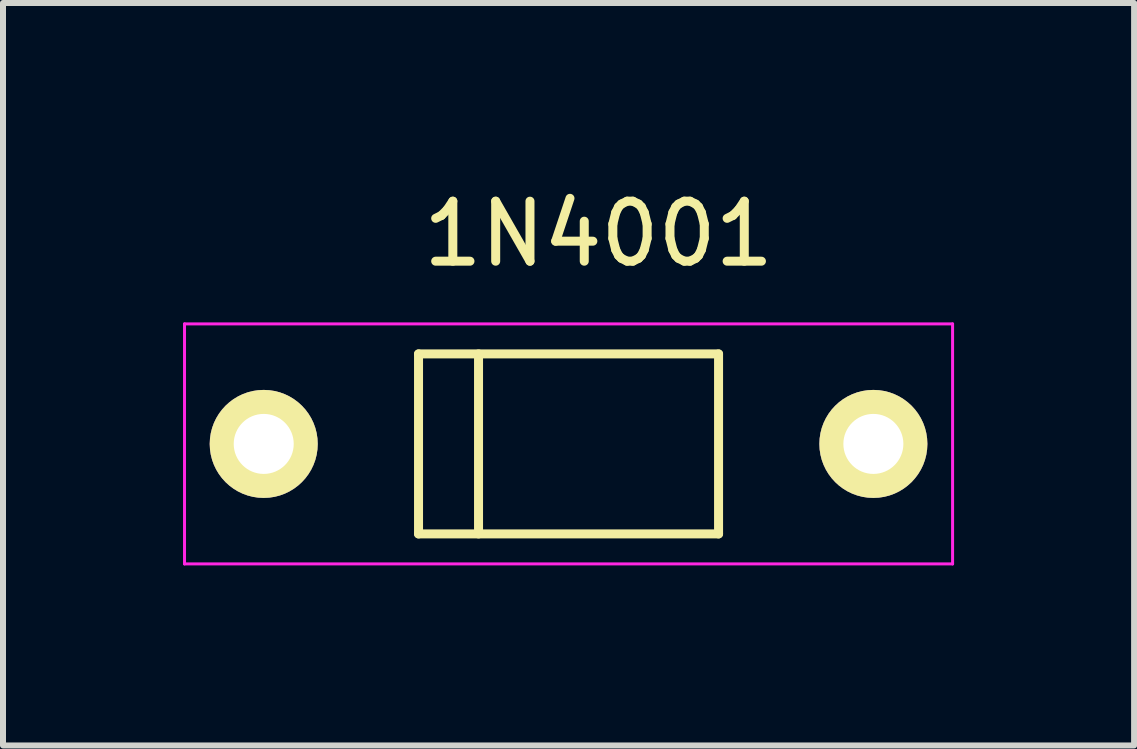
<source format=kicad_pcb>
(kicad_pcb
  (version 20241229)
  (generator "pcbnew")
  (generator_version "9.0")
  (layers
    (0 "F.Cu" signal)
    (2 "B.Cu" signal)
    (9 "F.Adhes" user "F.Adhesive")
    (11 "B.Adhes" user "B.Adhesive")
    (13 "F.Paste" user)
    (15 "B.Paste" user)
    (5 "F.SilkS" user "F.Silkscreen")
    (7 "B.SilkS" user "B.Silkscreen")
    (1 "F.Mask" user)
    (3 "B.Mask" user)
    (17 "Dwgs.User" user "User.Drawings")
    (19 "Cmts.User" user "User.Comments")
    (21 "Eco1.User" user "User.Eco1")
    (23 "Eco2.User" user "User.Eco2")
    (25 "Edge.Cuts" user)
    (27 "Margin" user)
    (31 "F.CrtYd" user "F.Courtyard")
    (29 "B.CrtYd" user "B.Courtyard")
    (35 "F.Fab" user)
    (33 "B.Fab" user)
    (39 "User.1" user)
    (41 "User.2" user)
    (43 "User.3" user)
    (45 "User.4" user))
  (footprint "1N4001"
    (layer "F.Cu")
    (at 6.425 4.348)
    (property "Reference" "1N4001" (at 0.5 -3.5 0) (layer "F.SilkS") (effects (font (size 1 1) (thickness 0.15))))
    (attr through_hole)
    (fp_line (start -2.5 -1.5) (end -2.5 1.5) (stroke (width 0.15) (type solid)) (layer "F.SilkS"))
    (fp_line (start -2.5 1.5) (end 2.5 1.5) (stroke (width 0.15) (type solid)) (layer "F.SilkS"))
    (fp_line (start -1.5 -1.5) (end -1.5 1.5) (stroke (width 0.15) (type solid)) (layer "F.SilkS"))
    (fp_line (start 2.5 -1.5) (end -2.5 -1.5) (stroke (width 0.15) (type solid)) (layer "F.SilkS"))
    (fp_line (start 2.5 1.5) (end 2.5 -1.5) (stroke (width 0.15) (type solid)) (layer "F.SilkS"))
    (fp_line (start -6.4 -2) (end 6.4 -2) (stroke (width 0.05) (type solid)) (layer "F.CrtYd"))
    (fp_line (start -6.4 2) (end -6.4 -2) (stroke (width 0.05) (type solid)) (layer "F.CrtYd"))
    (fp_line (start 6.4 -2) (end 6.4 2) (stroke (width 0.05) (type solid)) (layer "F.CrtYd"))
    (fp_line (start 6.4 2) (end -6.4 2) (stroke (width 0.05) (type solid)) (layer "F.CrtYd"))
    (pad "1" thru_hole circle (at -5.08 0) (size 1.8 1.8) (drill 1) (layers "*.Cu" "*.Mask" "F.SilkS"))
    (pad "2" thru_hole circle (at 5.08 0) (size 1.8 1.8) (drill 1) (layers "*.Cu" "*.Mask" "F.SilkS")))
  (gr_rect
    (start -3 -3)
    (end 15.85 9.373)
    (stroke (width 0.1) (type default))
    (fill no)
    (layer "Edge.Cuts")))
</source>
